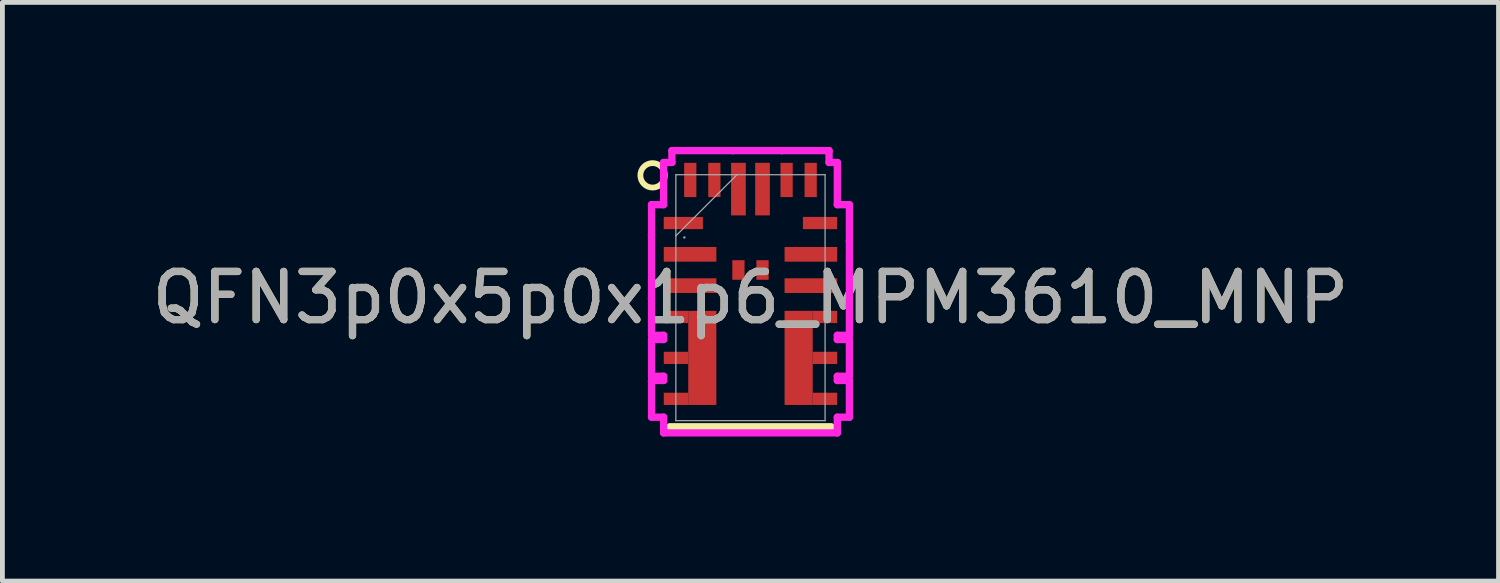
<source format=kicad_pcb>
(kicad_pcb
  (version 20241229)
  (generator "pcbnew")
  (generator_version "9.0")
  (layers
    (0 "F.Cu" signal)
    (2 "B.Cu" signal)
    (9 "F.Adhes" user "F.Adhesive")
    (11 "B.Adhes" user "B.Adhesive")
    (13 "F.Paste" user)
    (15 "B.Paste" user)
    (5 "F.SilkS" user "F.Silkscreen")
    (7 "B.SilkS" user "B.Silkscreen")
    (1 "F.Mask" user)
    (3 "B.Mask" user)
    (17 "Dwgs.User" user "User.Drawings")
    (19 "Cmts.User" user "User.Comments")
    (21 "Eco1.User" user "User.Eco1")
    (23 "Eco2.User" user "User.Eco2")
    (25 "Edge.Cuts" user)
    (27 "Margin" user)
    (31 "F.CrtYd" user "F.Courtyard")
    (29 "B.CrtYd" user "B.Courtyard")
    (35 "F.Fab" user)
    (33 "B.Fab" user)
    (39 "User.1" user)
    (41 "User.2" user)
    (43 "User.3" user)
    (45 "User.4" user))
  (footprint "QFN3p0x5p0x1p6_MPM3610_MNP"
    (layer "F.Cu")
    (at 12.53 3.13)
    (property "Reference" "QFN3p0x5p0x1p6_MPM3610_MNP" (at 0 0 0) (unlocked yes) (layer "F.SilkS") (effects (font (size 1 1) (thickness 0.15))))
    (attr smd)
    (fp_line (start 1.676 2.68) (end -1.676 2.68) (stroke (width 0.152) (type solid)) (layer "F.SilkS"))
    (fp_circle (center -2.032 -2.54) (end -1.778 -2.54) (stroke (width 0.12) (type solid)) (fill no) (layer "F.SilkS"))
    (fp_line (start -2.054 -1.931) (end -2.054 -1.306) (stroke (width 0.152) (type solid)) (layer "F.CrtYd"))
    (fp_line (start -2.054 -1.306) (end -2.054 -1.306) (stroke (width 0.152) (type solid)) (layer "F.CrtYd"))
    (fp_line (start -2.054 -1.306) (end -2.054 0.019) (stroke (width 0.152) (type solid)) (layer "F.CrtYd"))
    (fp_line (start -2.054 0.019) (end -2.054 0.019) (stroke (width 0.152) (type solid)) (layer "F.CrtYd"))
    (fp_line (start -2.054 0.019) (end -2.054 0.781) (stroke (width 0.152) (type solid)) (layer "F.CrtYd"))
    (fp_line (start -2.054 0.781) (end -1.803 0.781) (stroke (width 0.152) (type solid)) (layer "F.CrtYd"))
    (fp_line (start -2.054 0.869) (end -2.054 1.631) (stroke (width 0.152) (type solid)) (layer "F.CrtYd"))
    (fp_line (start -2.054 1.631) (end -1.803 1.631) (stroke (width 0.152) (type solid)) (layer "F.CrtYd"))
    (fp_line (start -2.054 1.719) (end -2.054 2.481) (stroke (width 0.152) (type solid)) (layer "F.CrtYd"))
    (fp_line (start -2.054 2.481) (end -1.803 2.481) (stroke (width 0.152) (type solid)) (layer "F.CrtYd"))
    (fp_line (start -1.803 -2.807) (end -1.803 -1.931) (stroke (width 0.152) (type solid)) (layer "F.CrtYd"))
    (fp_line (start -1.803 -1.931) (end -2.054 -1.931) (stroke (width 0.152) (type solid)) (layer "F.CrtYd"))
    (fp_line (start -1.803 0.781) (end -1.803 0.869) (stroke (width 0.152) (type solid)) (layer "F.CrtYd"))
    (fp_line (start -1.803 0.869) (end -2.054 0.869) (stroke (width 0.152) (type solid)) (layer "F.CrtYd"))
    (fp_line (start -1.803 1.631) (end -1.803 1.719) (stroke (width 0.152) (type solid)) (layer "F.CrtYd"))
    (fp_line (start -1.803 1.719) (end -2.054 1.719) (stroke (width 0.152) (type solid)) (layer "F.CrtYd"))
    (fp_line (start -1.803 2.481) (end -1.803 2.807) (stroke (width 0.152) (type solid)) (layer "F.CrtYd"))
    (fp_line (start -1.803 2.807) (end 1.803 2.807) (stroke (width 0.152) (type solid)) (layer "F.CrtYd"))
    (fp_line (start -1.631 -3.054) (end -1.631 -2.807) (stroke (width 0.152) (type solid)) (layer "F.CrtYd"))
    (fp_line (start -1.631 -2.807) (end -1.803 -2.807) (stroke (width 0.152) (type solid)) (layer "F.CrtYd"))
    (fp_line (start -0.369 -3.054) (end -0.369 -3.054) (stroke (width 0.152) (type solid)) (layer "F.CrtYd"))
    (fp_line (start -0.369 -3.054) (end -1.631 -3.054) (stroke (width 0.152) (type solid)) (layer "F.CrtYd"))
    (fp_line (start 0.656 -3.054) (end -0.369 -3.054) (stroke (width 0.152) (type solid)) (layer "F.CrtYd"))
    (fp_line (start 0.656 -3.054) (end 0.656 -3.054) (stroke (width 0.152) (type solid)) (layer "F.CrtYd"))
    (fp_line (start 1.631 -3.054) (end 0.656 -3.054) (stroke (width 0.152) (type solid)) (layer "F.CrtYd"))
    (fp_line (start 1.631 -2.807) (end 1.631 -3.054) (stroke (width 0.152) (type solid)) (layer "F.CrtYd"))
    (fp_line (start 1.803 -2.807) (end 1.631 -2.807) (stroke (width 0.152) (type solid)) (layer "F.CrtYd"))
    (fp_line (start 1.803 -1.931) (end 1.803 -2.807) (stroke (width 0.152) (type solid)) (layer "F.CrtYd"))
    (fp_line (start 1.803 0.781) (end 2.054 0.781) (stroke (width 0.152) (type solid)) (layer "F.CrtYd"))
    (fp_line (start 1.803 0.869) (end 1.803 0.781) (stroke (width 0.152) (type solid)) (layer "F.CrtYd"))
    (fp_line (start 1.803 1.631) (end 2.054 1.631) (stroke (width 0.152) (type solid)) (layer "F.CrtYd"))
    (fp_line (start 1.803 1.719) (end 1.803 1.631) (stroke (width 0.152) (type solid)) (layer "F.CrtYd"))
    (fp_line (start 1.803 2.481) (end 2.054 2.481) (stroke (width 0.152) (type solid)) (layer "F.CrtYd"))
    (fp_line (start 1.803 2.807) (end 1.803 2.481) (stroke (width 0.152) (type solid)) (layer "F.CrtYd"))
    (fp_line (start 2.054 -1.931) (end 1.803 -1.931) (stroke (width 0.152) (type solid)) (layer "F.CrtYd"))
    (fp_line (start 2.054 -1.169) (end 2.054 -1.931) (stroke (width 0.152) (type solid)) (layer "F.CrtYd"))
    (fp_line (start 2.054 0.156) (end 2.054 0.156) (stroke (width 0.152) (type solid)) (layer "F.CrtYd"))
    (fp_line (start 2.054 0.781) (end 2.054 0.156) (stroke (width 0.152) (type solid)) (layer "F.CrtYd"))
    (fp_line (start 2.054 0.869) (end 1.803 0.869) (stroke (width 0.152) (type solid)) (layer "F.CrtYd"))
    (fp_line (start 2.054 1.631) (end 2.054 0.869) (stroke (width 0.152) (type solid)) (layer "F.CrtYd"))
    (fp_line (start 2.054 1.719) (end 1.803 1.719) (stroke (width 0.152) (type solid)) (layer "F.CrtYd"))
    (fp_line (start 2.054 2.481) (end 2.054 1.719) (stroke (width 0.152) (type solid)) (layer "F.CrtYd"))
    (fp_line (start 2.054 -1.169) (end 2.054 -1.169) (stroke (width 0.152) (type solid)) (layer "F.CrtYd"))
    (fp_line (start 2.054 0.156) (end 2.054 -1.169) (stroke (width 0.152) (type solid)) (layer "F.CrtYd"))
    (fp_line (start -1.549 -2.553) (end -1.549 2.553) (stroke (width 0.025) (type solid)) (layer "F.Fab"))
    (fp_line (start -1.549 -1.283) (end -0.279 -2.553) (stroke (width 0.025) (type solid)) (layer "F.Fab"))
    (fp_line (start -1.549 2.553) (end 1.549 2.553) (stroke (width 0.025) (type solid)) (layer "F.Fab"))
    (fp_line (start 1.549 -2.553) (end -1.549 -2.553) (stroke (width 0.025) (type solid)) (layer "F.Fab"))
    (fp_line (start 1.549 2.553) (end 1.549 -2.553) (stroke (width 0.025) (type solid)) (layer "F.Fab"))
    (fp_circle (center -1.372 -1.25) (end -1.372 -1.25) (stroke (width 0.025) (type solid)) (fill no) (layer "F.Fab"))
    (fp_text user "${REFERENCE}" (at 0 0 0) (unlocked yes) (layer "F.Fab") (effects (font (size 1 1) (thickness 0.15))))
    (pad "1" smd rect (at -1.394 -1.55) (size 0.813 0.254) (layers "F.Cu" "F.Mask" "F.Paste"))
    (pad "2" smd rect (at -1.254 -0.9) (size 1.092 0.305) (layers "F.Cu" "F.Mask" "F.Paste"))
    (pad "3" smd rect (at -1.254 -0.25) (size 1.092 0.305) (layers "F.Cu" "F.Mask" "F.Paste"))
    (pad "4" smd rect (at -1.546 0.4) (size 0.508 0.254) (layers "F.Cu" "F.Mask" "F.Paste"))
    (pad "5" smd rect (at -1.546 1.25) (size 0.508 0.254) (layers "F.Cu" "F.Mask" "F.Paste"))
    (pad "6" smd rect (at -1.546 2.1) (size 0.508 0.254) (layers "F.Cu" "F.Mask" "F.Paste"))
    (pad "7" smd rect (at -1 1.25) (size 0.584 1.954) (layers "F.Cu" "F.Mask" "F.Paste"))
    (pad "8" smd rect (at 1.546 2.1) (size 0.508 0.254) (layers "F.Cu" "F.Mask" "F.Paste"))
    (pad "9" smd rect (at 1.546 1.25) (size 0.508 0.254) (layers "F.Cu" "F.Mask" "F.Paste"))
    (pad "10" smd rect (at 1.546 0.4) (size 0.508 0.254) (layers "F.Cu" "F.Mask" "F.Paste"))
    (pad "11" smd rect (at 1 1.25) (size 0.584 1.954) (layers "F.Cu" "F.Mask" "F.Paste"))
    (pad "12" smd rect (at 1.254 -0.25) (size 1.092 0.305) (layers "F.Cu" "F.Mask" "F.Paste"))
    (pad "13" smd rect (at 1.254 -0.9) (size 1.092 0.305) (layers "F.Cu" "F.Mask" "F.Paste"))
    (pad "14" smd rect (at 1.444 -1.55) (size 0.711 0.254) (layers "F.Cu" "F.Mask" "F.Paste"))
    (pad "15" smd rect (at 1.25 -2.444 90) (size 0.711 0.254) (layers "F.Cu" "F.Mask" "F.Paste"))
    (pad "16" smd rect (at 0.75 -2.444 90) (size 0.711 0.254) (layers "F.Cu" "F.Mask" "F.Paste"))
    (pad "17" smd rect (at 0.25 -2.254 90) (size 1.092 0.305) (layers "F.Cu" "F.Mask" "F.Paste"))
    (pad "18" smd rect (at -0.25 -2.254 90) (size 1.092 0.305) (layers "F.Cu" "F.Mask" "F.Paste"))
    (pad "19" smd rect (at -0.75 -2.444 90) (size 0.711 0.254) (layers "F.Cu" "F.Mask" "F.Paste"))
    (pad "20" smd rect (at -1.25 -2.444 90) (size 0.711 0.254) (layers "F.Cu" "F.Mask" "F.Paste"))
    (pad "21" smd rect (at -0.25 -0.575) (size 0.254 0.406) (layers "F.Cu" "F.Mask" "F.Paste"))
    (pad "22" smd rect (at 0.25 -0.575) (size 0.254 0.406) (layers "F.Cu" "F.Mask" "F.Paste"))
    (zone (net_name "") (layer "F.Cu") (hatch full 0.508) (connect_pads) (min_thickness 0.254) (filled_areas_thickness no) (keepout (tracks not_allowed) (vias not_allowed) (pads allowed) (copperpour not_allowed) (footprints allowed)) (placement (enabled no)) (fill) (polygon (pts (xy 13.105 2.16) (xy 11.955 2.16) (xy 11.955 2.95) (xy 13.105 2.95)))))
  (gr_rect
    (start -3 -3)
    (end 28.06 9.013)
    (stroke (width 0.1) (type default))
    (fill no)
    (layer "Edge.Cuts")))
</source>
